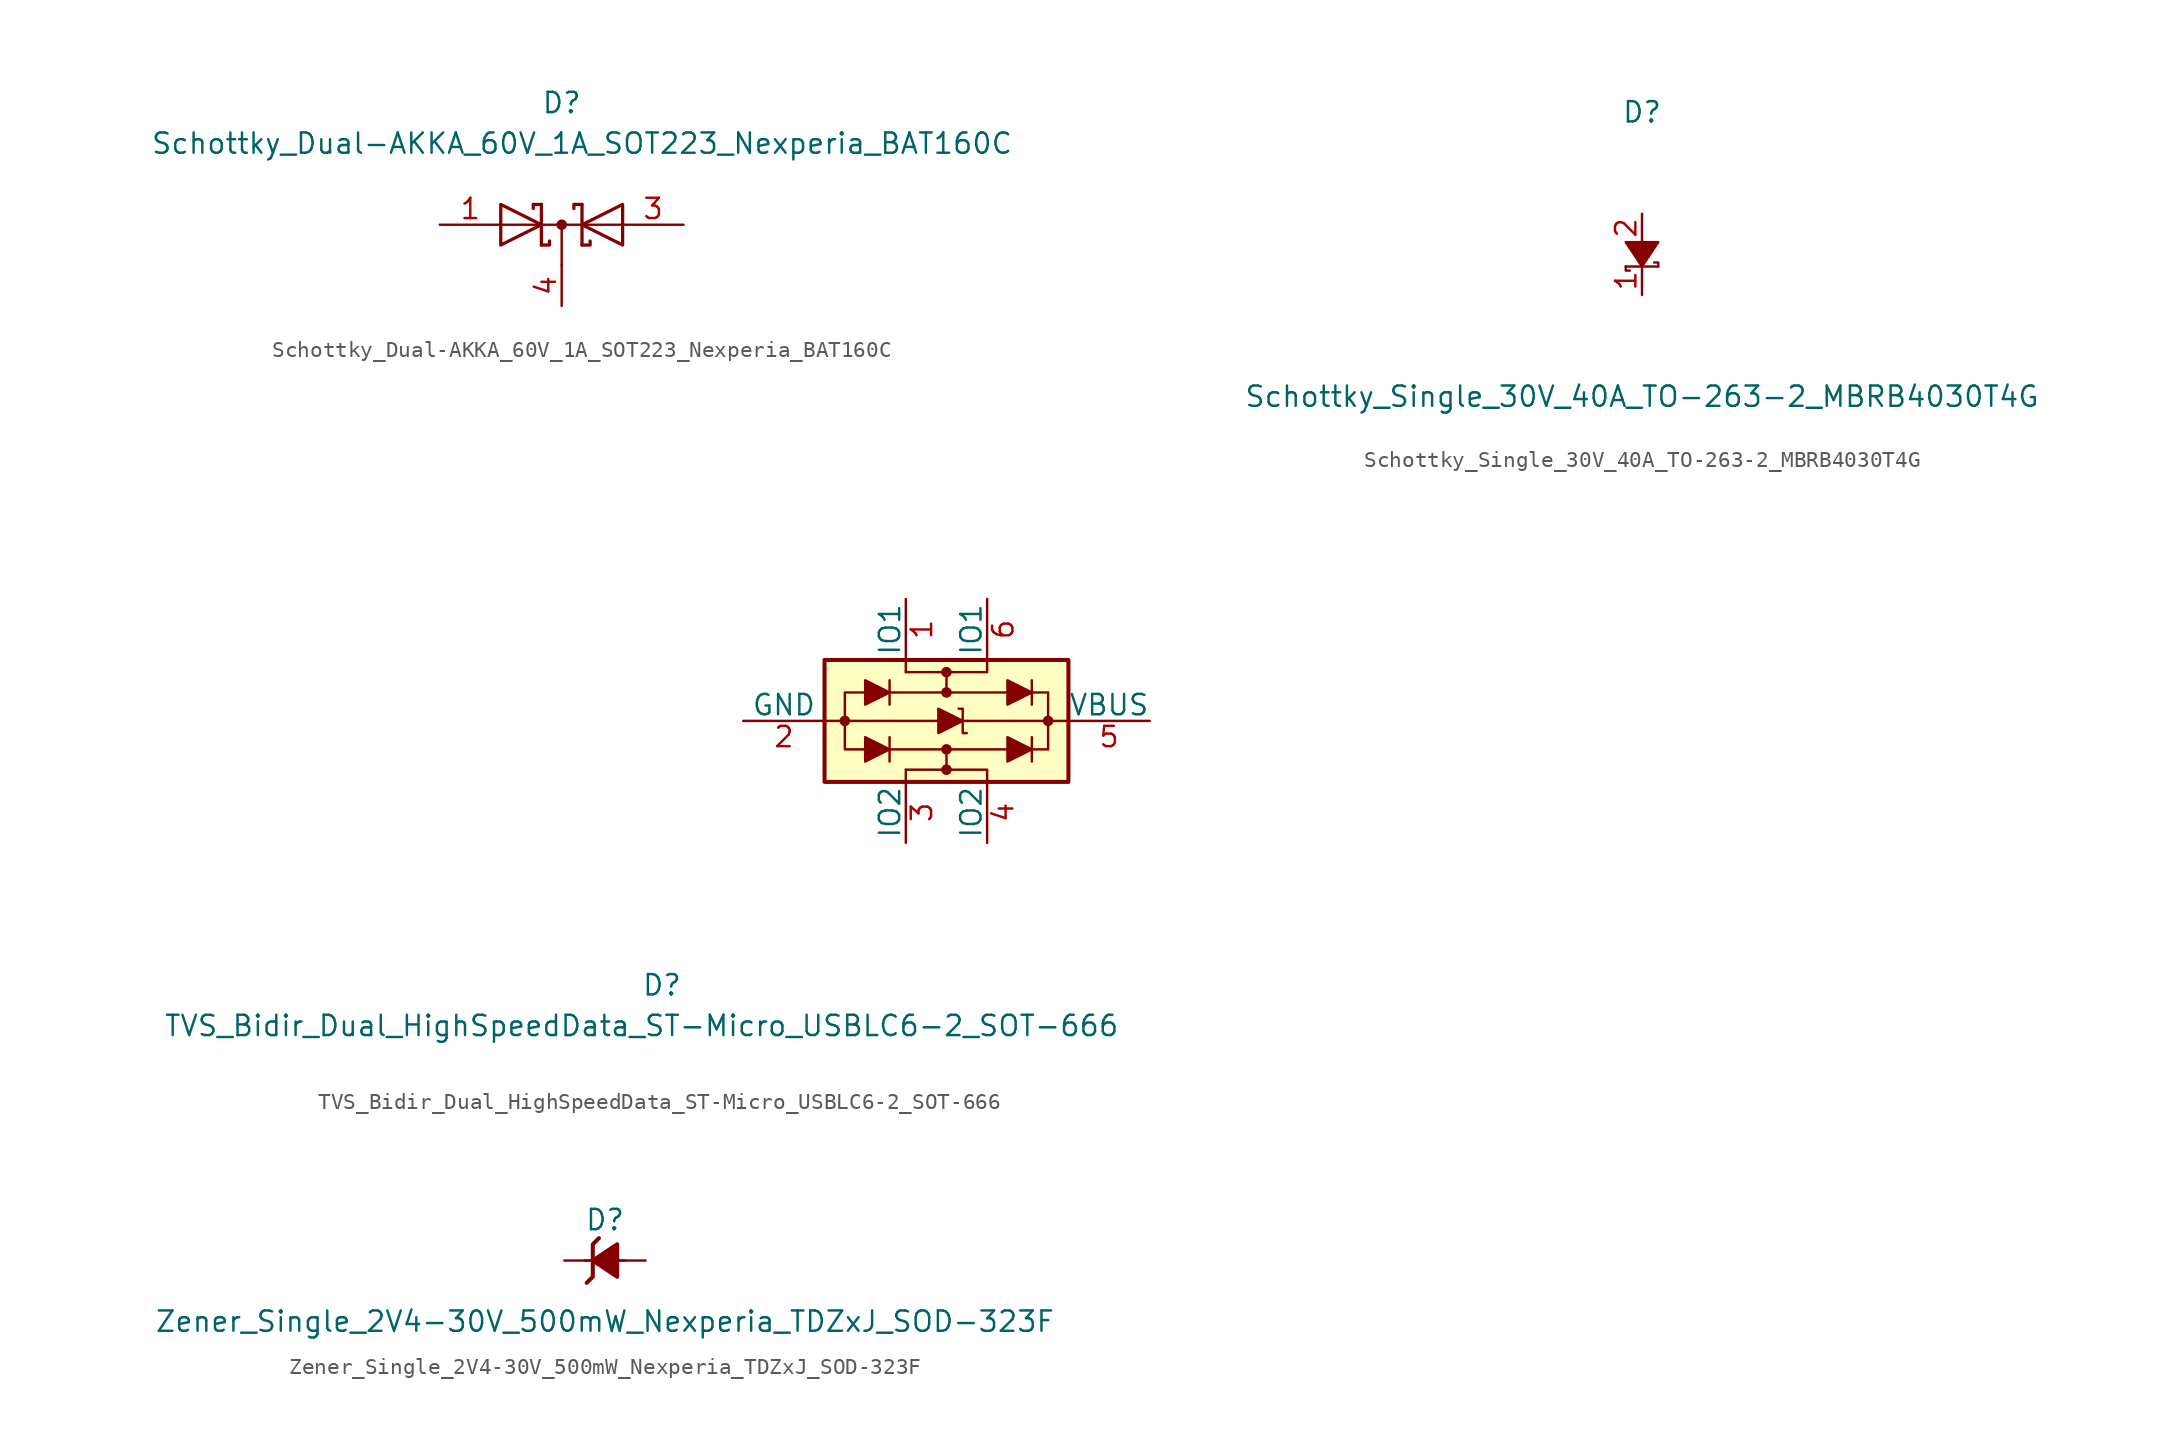
<source format=kicad_sym>
(kicad_symbol_lib
  (version 20211014)
  (generator kicad_symbol_editor)
  (symbol "Schottky_Dual-AKKA_60V_1A_SOT223_Nexperia_BAT160C"
    (pin_names
      (offset 1.27) hide)
    (property "Reference" "D"
      (at 0 7.62 0)
      (effects (font (size 1.27 1.27))))
    (property "Value" "Schottky_Dual-AKKA_60V_1A_SOT223_Nexperia_BAT160C"
      (at 1.27 5.08 0)
      (effects (font (size 1.27 1.27))))
    (symbol "Schottky_Dual-AKKA_60V_1A_SOT223_Nexperia_BAT160C_0_0"
      (pin no_connect line (at 0 3.81 270) (length 3.81) hide (name "NC" (effects (font (size 1.27 1.27)))) (number "2" (effects (font (size 1.27 1.27))))))
    (symbol "Schottky_Dual-AKKA_60V_1A_SOT223_Nexperia_BAT160C_1_1"
      (polyline (pts (xy 0 0) (xy 0 -2.54)) (stroke (width 0) (type default) (color 0 0 0 0)) (fill (type none)))
      (polyline (pts (xy 3.81 0) (xy -3.81 0)) (stroke (width 0) (type default) (color 0 0 0 0)) (fill (type none)))
      (polyline (pts (xy -1.27 -1.27) (xy -1.27 1.27) (xy -1.27 1.27)) (stroke (width 0.203) (type default) (color 0 0 0 0)) (fill (type none)))
      (polyline (pts (xy 1.27 -1.27) (xy 1.27 1.27) (xy 1.27 1.27)) (stroke (width 0.203) (type default) (color 0 0 0 0)) (fill (type none)))
      (polyline (pts (xy -1.27 -1.27) (xy -0.762 -1.27) (xy -0.762 -1.016) (xy -0.762 -1.016)) (stroke (width 0.203) (type default) (color 0 0 0 0)) (fill (type none)))
      (polyline (pts (xy 1.27 -1.27) (xy 1.778 -1.27) (xy 1.778 -1.016) (xy 1.778 -1.016)) (stroke (width 0.203) (type default) (color 0 0 0 0)) (fill (type none)))
      (polyline (pts (xy 1.27 1.27) (xy 0.762 1.27) (xy 0.762 1.016) (xy 0.762 1.016)) (stroke (width 0.203) (type default) (color 0 0 0 0)) (fill (type none)))
      (polyline (pts (xy -1.778 1.016) (xy -1.778 1.27) (xy -1.27 1.27) (xy -1.27 1.27) (xy -1.27 1.27)) (stroke (width 0.203) (type default) (color 0 0 0 0)) (fill (type none)))
      (polyline (pts (xy -3.81 1.27) (xy -1.27 0) (xy -3.81 -1.27) (xy -3.81 1.27) (xy -3.81 1.27) (xy -3.81 1.27)) (stroke (width 0.203) (type default) (color 0 0 0 0)) (fill (type none)))
      (polyline (pts (xy 3.81 -1.27) (xy 1.27 0) (xy 3.81 1.27) (xy 3.81 -1.27) (xy 3.81 -1.27) (xy 3.81 -1.27)) (stroke (width 0.203) (type default) (color 0 0 0 0)) (fill (type none)))
      (circle (center 0 0) (radius 0.254) (stroke (width 0) (type default) (color 0 0 0 0)) (fill (type outline)))
      (pin passive line (at -7.62 0 0) (length 3.81) (name "A" (effects (font (size 1.27 1.27)))) (number "1" (effects (font (size 1.27 1.27)))))
      (pin passive line (at 7.62 0 180) (length 3.81) (name "A" (effects (font (size 1.27 1.27)))) (number "3" (effects (font (size 1.27 1.27)))))
      (pin passive line (at 0 -5.08 90) (length 2.54) (name "K" (effects (font (size 1.27 1.27)))) (number "4" (effects (font (size 1.27 1.27)))))))
  (symbol "Schottky_Single_30V_40A_TO-263-2_MBRB4030T4G"
    (pin_names
      (offset 1.27) hide)
    (property "Reference" "D"
      (at 0 8.89 0)
      (effects (font (size 1.27 1.27))))
    (property "Value" "Schottky_Single_30V_40A_TO-263-2_MBRB4030T4G"
      (at 0 -8.89 0)
      (effects (font (size 1.27 1.27))))
    (symbol "Schottky_Single_30V_40A_TO-263-2_MBRB4030T4G_1_1"
      (polyline (pts (xy 0 -0.762) (xy 0 0.762)) (stroke (width 0) (type default) (color 0 0 0 0)) (fill (type none)))
      (polyline (pts (xy 1.016 -0.762) (xy -1.016 -0.762)) (stroke (width 0) (type default) (color 0 0 0 0)) (fill (type none)))
      (polyline (pts (xy -1.016 -0.762) (xy -1.016 -1.016) (xy -0.762 -1.016)) (stroke (width 0) (type default) (color 0 0 0 0)) (fill (type none)))
      (polyline (pts (xy 1.016 -0.762) (xy 1.016 -0.508) (xy 0.762 -0.508)) (stroke (width 0) (type default) (color 0 0 0 0)) (fill (type none)))
      (polyline (pts (xy 1.016 0.762) (xy 0 -0.762) (xy -1.016 0.762) (xy 1.016 0.762)) (stroke (width 0) (type default) (color 0 0 0 0)) (fill (type outline)))
      (pin passive line (at 0 -2.54 90) (length 1.778) (name "K" (effects (font (size 1.27 1.27)))) (number "1" (effects (font (size 1.27 1.27)))))
      (pin passive line (at 0 2.54 270) (length 1.778) (name "A" (effects (font (size 1.27 1.27)))) (number "2" (effects (font (size 1.27 1.27)))))))
  (symbol "TVS_Bidir_Dual_HighSpeedData_ST-Micro_USBLC6-2_SOT-666"
    (pin_names
      (offset 0))
    (property "Reference" "D"
      (at -17.78 -16.51 0)
      (effects (font (size 1.27 1.27))))
    (property "Value" "TVS_Bidir_Dual_HighSpeedData_ST-Micro_USBLC6-2_SOT-666"
      (at -19.05 -19.05 0)
      (effects (font (size 1.27 1.27))))
    (symbol "TVS_Bidir_Dual_HighSpeedData_ST-Micro_USBLC6-2_SOT-666_0_1"
      (rectangle (start -6.35 1.778) (end 6.35 -1.778) (stroke (width 0) (type default) (color 0 0 0 0)) (fill (type none)))
      (polyline (pts (xy 0.762 0.762) (xy 1.016 0.762) (xy 1.016 -0.762) (xy 1.27 -0.762)) (stroke (width 0) (type default) (color 0 0 0 0)) (fill (type none)))
      (polyline (pts (xy 2.54 -3.81) (xy 2.54 -3.048) (xy 0 -3.048) (xy 0 -1.778)) (stroke (width 0) (type default) (color 0 0 0 0)) (fill (type none)))
      (polyline (pts (xy 2.54 3.81) (xy 2.54 3.048) (xy 0 3.048) (xy 0 1.778)) (stroke (width 0) (type default) (color 0 0 0 0)) (fill (type none))))
    (symbol "TVS_Bidir_Dual_HighSpeedData_ST-Micro_USBLC6-2_SOT-666_1_1"
      (rectangle (start -7.62 3.81) (end 7.62 -3.81) (stroke (width 0.254) (type default) (color 0 0 0 0)) (fill (type background)))
      (circle (center -6.35 0) (radius 0.254) (stroke (width 0) (type default) (color 0 0 0 0)) (fill (type outline)))
      (circle (center 0 -3.048) (radius 0.254) (stroke (width 0) (type default) (color 0 0 0 0)) (fill (type outline)))
      (circle (center 0 -1.778) (radius 0.254) (stroke (width 0) (type default) (color 0 0 0 0)) (fill (type outline)))
      (polyline (pts (xy -7.62 0) (xy -6.35 0)) (stroke (width 0) (type default) (color 0 0 0 0)) (fill (type none)))
      (polyline (pts (xy -6.35 0) (xy 1.27 0)) (stroke (width 0) (type default) (color 0 0 0 0)) (fill (type none)))
      (polyline (pts (xy -2.54 -3.048) (xy -2.54 -3.81)) (stroke (width 0) (type default) (color 0 0 0 0)) (fill (type none)))
      (polyline (pts (xy -2.54 3.048) (xy -2.54 3.81)) (stroke (width 0) (type default) (color 0 0 0 0)) (fill (type none)))
      (polyline (pts (xy 0 -3.048) (xy -2.54 -3.048)) (stroke (width 0) (type default) (color 0 0 0 0)) (fill (type none)))
      (polyline (pts (xy 0 3.048) (xy -2.54 3.048)) (stroke (width 0) (type default) (color 0 0 0 0)) (fill (type none)))
      (polyline (pts (xy 1.27 0) (xy 6.35 0)) (stroke (width 0) (type default) (color 0 0 0 0)) (fill (type none)))
      (polyline (pts (xy 6.35 0) (xy 7.62 0)) (stroke (width 0) (type default) (color 0 0 0 0)) (fill (type none)))
      (polyline (pts (xy -3.556 -1.016) (xy -3.556 -1.778) (xy -3.556 -2.54)) (stroke (width 0) (type default) (color 0 0 0 0)) (fill (type none)))
      (polyline (pts (xy -3.556 2.54) (xy -3.556 1.778) (xy -3.556 1.016)) (stroke (width 0) (type default) (color 0 0 0 0)) (fill (type none)))
      (polyline (pts (xy 5.334 -1.016) (xy 5.334 -1.778) (xy 5.334 -2.54)) (stroke (width 0) (type default) (color 0 0 0 0)) (fill (type none)))
      (polyline (pts (xy 5.334 2.54) (xy 5.334 1.778) (xy 5.334 1.016)) (stroke (width 0) (type default) (color 0 0 0 0)) (fill (type none)))
      (polyline (pts (xy -5.08 -2.54) (xy -5.08 -1.016) (xy -3.556 -1.778) (xy -5.08 -2.54)) (stroke (width 0) (type default) (color 0 0 0 0)) (fill (type outline)))
      (polyline (pts (xy -5.08 1.016) (xy -5.08 2.54) (xy -3.556 1.778) (xy -5.08 1.016)) (stroke (width 0) (type default) (color 0 0 0 0)) (fill (type outline)))
      (polyline (pts (xy -0.508 -0.762) (xy -0.508 0.762) (xy 1.016 0) (xy -0.508 -0.762)) (stroke (width 0) (type default) (color 0 0 0 0)) (fill (type outline)))
      (polyline (pts (xy 3.81 -2.54) (xy 3.81 -1.016) (xy 5.334 -1.778) (xy 3.81 -2.54)) (stroke (width 0) (type default) (color 0 0 0 0)) (fill (type outline)))
      (polyline (pts (xy 3.81 1.016) (xy 3.81 2.54) (xy 5.334 1.778) (xy 3.81 1.016)) (stroke (width 0) (type default) (color 0 0 0 0)) (fill (type outline)))
      (circle (center 0 1.778) (radius 0.254) (stroke (width 0) (type default) (color 0 0 0 0)) (fill (type outline)))
      (circle (center 0 3.048) (radius 0.254) (stroke (width 0) (type default) (color 0 0 0 0)) (fill (type outline)))
      (circle (center 6.35 0) (radius 0.254) (stroke (width 0) (type default) (color 0 0 0 0)) (fill (type outline)))
      (pin passive line (at -2.54 7.62 270) (length 3.81) (name "IO1" (effects (font (size 1.27 1.27)))) (number "1" (effects (font (size 1.27 1.27)))))
      (pin passive line (at -12.7 0 0) (length 5.08) (name "GND" (effects (font (size 1.27 1.27)))) (number "2" (effects (font (size 1.27 1.27)))))
      (pin passive line (at -2.54 -7.62 90) (length 3.81) (name "IO2" (effects (font (size 1.27 1.27)))) (number "3" (effects (font (size 1.27 1.27)))))
      (pin passive line (at 2.54 -7.62 90) (length 3.81) (name "IO2" (effects (font (size 1.27 1.27)))) (number "4" (effects (font (size 1.27 1.27)))))
      (pin passive line (at 12.7 0 180) (length 5.08) (name "VBUS" (effects (font (size 1.27 1.27)))) (number "5" (effects (font (size 1.27 1.27)))))
      (pin passive line (at 2.54 7.62 270) (length 3.81) (name "IO1" (effects (font (size 1.27 1.27)))) (number "6" (effects (font (size 1.27 1.27)))))))
  (symbol "Zener_Single_2V4-30V_500mW_Nexperia_TDZxJ_SOD-323F"
    (pin_numbers hide)
    (pin_names
      (offset 1.27) hide)
    (property "Reference" "D"
      (at 0 2.54 0)
      (effects (font (size 1.27 1.27))))
    (property "Value" "Zener_Single_2V4-30V_500mW_Nexperia_TDZxJ_SOD-323F"
      (at 0 -3.81 0)
      (effects (font (size 1.27 1.27))))
    (symbol "Zener_Single_2V4-30V_500mW_Nexperia_TDZxJ_SOD-323F_1_1"
      (polyline (pts (xy 1.27 0) (xy -1.27 0)) (stroke (width 0) (type default) (color 0 0 0 0)) (fill (type none)))
      (polyline (pts (xy -1.143 -1.397) (xy -0.762 -1.016) (xy -0.762 1.016) (xy -0.381 1.397)) (stroke (width 0.254) (type default) (color 0 0 0 0)) (fill (type none)))
      (polyline (pts (xy 0.762 1.016) (xy -0.762 0) (xy 0.762 -1.016) (xy 0.762 1.016)) (stroke (width 0.254) (type default) (color 0 0 0 0)) (fill (type outline)))
      (pin passive line (at -2.54 0 0) (length 1.778) (name "K" (effects (font (size 1.27 1.27)))) (number "1" (effects (font (size 1.27 1.27)))))
      (pin passive line (at 2.54 0 180) (length 1.778) (name "A" (effects (font (size 1.27 1.27)))) (number "2" (effects (font (size 1.27 1.27))))))))
</source>
